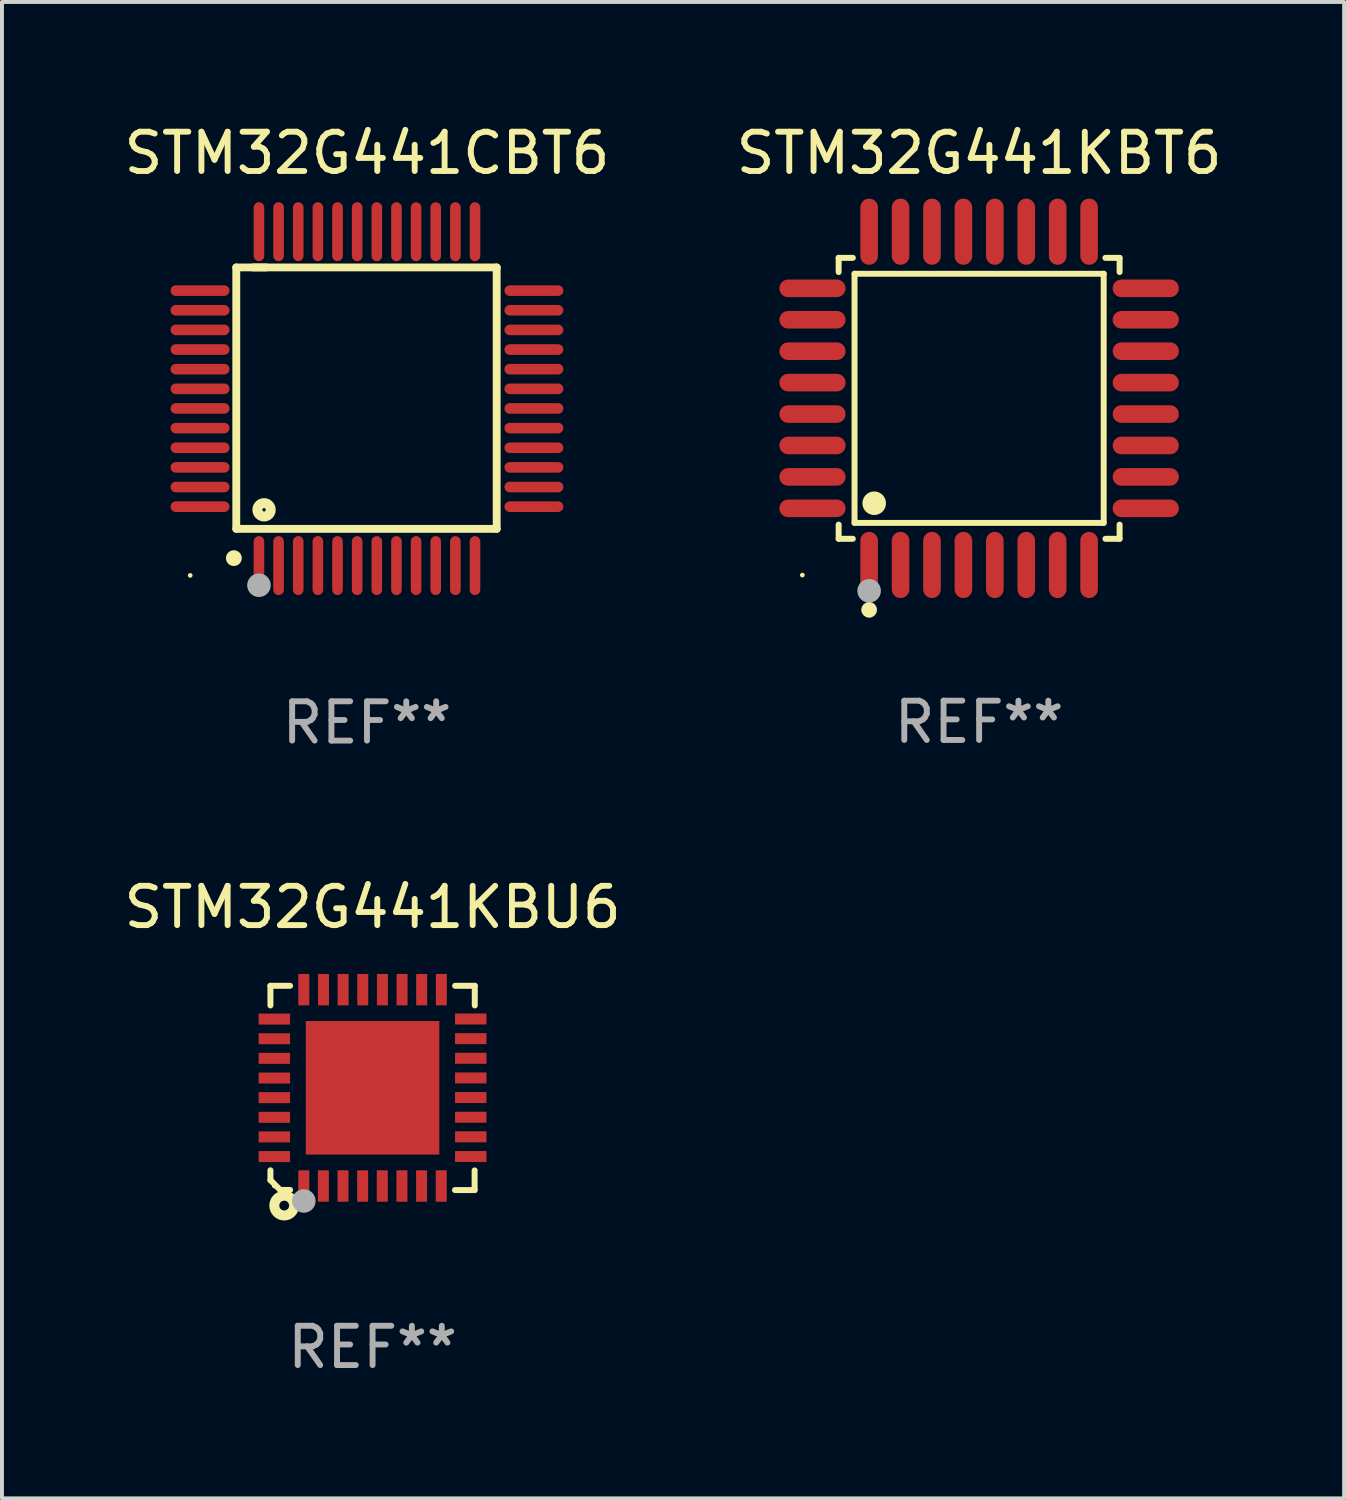
<source format=kicad_pcb>
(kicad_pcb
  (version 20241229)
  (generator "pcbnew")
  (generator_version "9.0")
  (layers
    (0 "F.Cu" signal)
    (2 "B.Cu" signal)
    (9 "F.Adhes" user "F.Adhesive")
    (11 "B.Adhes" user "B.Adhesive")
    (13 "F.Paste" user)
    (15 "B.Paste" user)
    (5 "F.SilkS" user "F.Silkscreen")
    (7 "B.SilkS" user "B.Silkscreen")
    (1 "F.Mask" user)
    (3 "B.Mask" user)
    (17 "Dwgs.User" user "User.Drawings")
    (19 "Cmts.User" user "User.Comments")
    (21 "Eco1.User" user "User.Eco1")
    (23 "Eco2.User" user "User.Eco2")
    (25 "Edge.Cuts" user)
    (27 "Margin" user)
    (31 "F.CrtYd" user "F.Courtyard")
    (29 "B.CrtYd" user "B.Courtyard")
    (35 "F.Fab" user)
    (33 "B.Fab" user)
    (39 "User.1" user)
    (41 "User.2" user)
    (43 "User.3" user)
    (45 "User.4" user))
  (footprint "STM32G441KBT6"
    (layer "F.Cu")
    (at 21.875 7.09)
    (property "Reference" "STM32G441KBT6" (at 0 -6.242 0) (layer "F.SilkS") (effects (font (size 1 1) (thickness 0.15))))
    (attr through_hole)
    (fp_line (start -3.576 -3.576) (end -3.215 -3.576) (stroke (width 0.152) (type solid)) (layer "F.SilkS"))
    (fp_line (start -3.576 -3.215) (end -3.576 -3.576) (stroke (width 0.152) (type solid)) (layer "F.SilkS"))
    (fp_line (start -3.576 3.215) (end -3.576 3.576) (stroke (width 0.152) (type solid)) (layer "F.SilkS"))
    (fp_line (start -3.576 3.576) (end -3.215 3.576) (stroke (width 0.152) (type solid)) (layer "F.SilkS"))
    (fp_line (start -3.171 -3.171) (end 3.171 -3.171) (stroke (width 0.152) (type solid)) (layer "F.SilkS"))
    (fp_line (start -3.171 3.171) (end -3.171 -3.171) (stroke (width 0.152) (type solid)) (layer "F.SilkS"))
    (fp_line (start 3.171 -3.171) (end 3.171 3.171) (stroke (width 0.152) (type solid)) (layer "F.SilkS"))
    (fp_line (start 3.171 3.171) (end -3.171 3.171) (stroke (width 0.152) (type solid)) (layer "F.SilkS"))
    (fp_line (start 3.576 -3.576) (end 3.215 -3.576) (stroke (width 0.152) (type solid)) (layer "F.SilkS"))
    (fp_line (start 3.576 -3.215) (end 3.576 -3.576) (stroke (width 0.152) (type solid)) (layer "F.SilkS"))
    (fp_line (start 3.576 3.215) (end 3.576 3.576) (stroke (width 0.152) (type solid)) (layer "F.SilkS"))
    (fp_line (start 3.576 3.576) (end 3.215 3.576) (stroke (width 0.152) (type solid)) (layer "F.SilkS"))
    (fp_circle (center -4.5 4.5) (end -4.47 4.5) (stroke (width 0.06) (type solid)) (fill no) (layer "F.SilkS"))
    (fp_circle (center -2.8 5.384) (end -2.7 5.384) (stroke (width 0.2) (type solid)) (fill no) (layer "F.SilkS"))
    (fp_circle (center -2.671 2.671) (end -2.521 2.671) (stroke (width 0.3) (type solid)) (fill no) (layer "F.SilkS"))
    (fp_circle (center -2.8 4.9) (end -2.65 4.9) (stroke (width 0.3) (type solid)) (fill no) (layer "F.Fab"))
    (fp_text user "REF**" (at 0 8.242 0) (layer "F.Fab") (effects (font (size 1 1) (thickness 0.15))))
    (pad "1" smd oval (at -2.8 4.242) (size 0.448 1.684) (layers "F.Cu" "F.Mask" "F.Paste"))
    (pad "2" smd oval (at -2 4.242) (size 0.448 1.684) (layers "F.Cu" "F.Mask" "F.Paste"))
    (pad "3" smd oval (at -1.2 4.242) (size 0.448 1.684) (layers "F.Cu" "F.Mask" "F.Paste"))
    (pad "4" smd oval (at -0.4 4.242) (size 0.448 1.684) (layers "F.Cu" "F.Mask" "F.Paste"))
    (pad "5" smd oval (at 0.4 4.242) (size 0.448 1.684) (layers "F.Cu" "F.Mask" "F.Paste"))
    (pad "6" smd oval (at 1.2 4.242) (size 0.448 1.684) (layers "F.Cu" "F.Mask" "F.Paste"))
    (pad "7" smd oval (at 2 4.242) (size 0.448 1.684) (layers "F.Cu" "F.Mask" "F.Paste"))
    (pad "8" smd oval (at 2.8 4.242) (size 0.448 1.684) (layers "F.Cu" "F.Mask" "F.Paste"))
    (pad "9" smd oval (at 4.242 2.8) (size 1.684 0.448) (layers "F.Cu" "F.Mask" "F.Paste"))
    (pad "10" smd oval (at 4.242 2) (size 1.684 0.448) (layers "F.Cu" "F.Mask" "F.Paste"))
    (pad "11" smd oval (at 4.242 1.2) (size 1.684 0.448) (layers "F.Cu" "F.Mask" "F.Paste"))
    (pad "12" smd oval (at 4.242 0.4) (size 1.684 0.448) (layers "F.Cu" "F.Mask" "F.Paste"))
    (pad "13" smd oval (at 4.242 -0.4) (size 1.684 0.448) (layers "F.Cu" "F.Mask" "F.Paste"))
    (pad "14" smd oval (at 4.242 -1.2) (size 1.684 0.448) (layers "F.Cu" "F.Mask" "F.Paste"))
    (pad "15" smd oval (at 4.242 -2) (size 1.684 0.448) (layers "F.Cu" "F.Mask" "F.Paste"))
    (pad "16" smd oval (at 4.242 -2.8) (size 1.684 0.448) (layers "F.Cu" "F.Mask" "F.Paste"))
    (pad "17" smd oval (at 2.8 -4.242) (size 0.448 1.684) (layers "F.Cu" "F.Mask" "F.Paste"))
    (pad "18" smd oval (at 2 -4.242) (size 0.448 1.684) (layers "F.Cu" "F.Mask" "F.Paste"))
    (pad "19" smd oval (at 1.2 -4.242) (size 0.448 1.684) (layers "F.Cu" "F.Mask" "F.Paste"))
    (pad "20" smd oval (at 0.4 -4.242) (size 0.448 1.684) (layers "F.Cu" "F.Mask" "F.Paste"))
    (pad "21" smd oval (at -0.4 -4.242) (size 0.448 1.684) (layers "F.Cu" "F.Mask" "F.Paste"))
    (pad "22" smd oval (at -1.2 -4.242) (size 0.448 1.684) (layers "F.Cu" "F.Mask" "F.Paste"))
    (pad "23" smd oval (at -2 -4.242) (size 0.448 1.684) (layers "F.Cu" "F.Mask" "F.Paste"))
    (pad "24" smd oval (at -2.8 -4.242) (size 0.448 1.684) (layers "F.Cu" "F.Mask" "F.Paste"))
    (pad "25" smd oval (at -4.242 -2.8) (size 1.684 0.448) (layers "F.Cu" "F.Mask" "F.Paste"))
    (pad "26" smd oval (at -4.242 -2) (size 1.684 0.448) (layers "F.Cu" "F.Mask" "F.Paste"))
    (pad "27" smd oval (at -4.242 -1.2) (size 1.684 0.448) (layers "F.Cu" "F.Mask" "F.Paste"))
    (pad "28" smd oval (at -4.242 -0.4) (size 1.684 0.448) (layers "F.Cu" "F.Mask" "F.Paste"))
    (pad "29" smd oval (at -4.242 0.4) (size 1.684 0.448) (layers "F.Cu" "F.Mask" "F.Paste"))
    (pad "30" smd oval (at -4.242 1.2) (size 1.684 0.448) (layers "F.Cu" "F.Mask" "F.Paste"))
    (pad "31" smd oval (at -4.242 2) (size 1.684 0.448) (layers "F.Cu" "F.Mask" "F.Paste"))
    (pad "32" smd oval (at -4.242 2.8) (size 1.684 0.448) (layers "F.Cu" "F.Mask" "F.Paste")))
  (footprint "STM32G441CBT6"
    (layer "F.Cu")
    (at 6.292 7.098)
    (property "Reference" "STM32G441CBT6" (at 0 -6.25 0) (layer "F.SilkS") (effects (font (size 1 1) (thickness 0.15))))
    (attr through_hole)
    (fp_line (start -3.327 -3.34) (end -2.565 -3.34) (stroke (width 0.2) (type solid)) (layer "F.SilkS"))
    (fp_line (start -3.327 3.315) (end -3.327 -3.34) (stroke (width 0.2) (type solid)) (layer "F.SilkS"))
    (fp_line (start -2.896 -3.34) (end 3.302 -3.34) (stroke (width 0.2) (type solid)) (layer "F.SilkS"))
    (fp_line (start 3.302 -3.34) (end 3.302 3.315) (stroke (width 0.2) (type solid)) (layer "F.SilkS"))
    (fp_line (start 3.302 3.315) (end -3.327 3.315) (stroke (width 0.2) (type solid)) (layer "F.SilkS"))
    (fp_arc (start -3.389992 4.059995) (mid -3.388722 4.059991) (end -3.387452 4.059995) (stroke (width 0.4) (type solid)) (layer "F.SilkS"))
    (fp_circle (center -4.5 4.5) (end -4.47 4.5) (stroke (width 0.06) (type solid)) (fill no) (layer "F.SilkS"))
    (fp_circle (center -2.62 2.83) (end -2.45 2.83) (stroke (width 0.254) (type solid)) (fill no) (layer "F.SilkS"))
    (fp_circle (center -2.75 4.75) (end -2.6 4.75) (stroke (width 0.3) (type solid)) (fill no) (layer "F.Fab"))
    (fp_text user "REF**" (at 0 8.25 0) (layer "F.Fab") (effects (font (size 1 1) (thickness 0.15))))
    (pad "1" smd oval (at -2.75 4.25) (size 0.27 1.5) (layers "F.Cu" "F.Mask" "F.Paste"))
    (pad "2" smd oval (at -2.25 4.25) (size 0.27 1.5) (layers "F.Cu" "F.Mask" "F.Paste"))
    (pad "3" smd oval (at -1.75 4.25) (size 0.27 1.5) (layers "F.Cu" "F.Mask" "F.Paste"))
    (pad "4" smd oval (at -1.25 4.25) (size 0.27 1.5) (layers "F.Cu" "F.Mask" "F.Paste"))
    (pad "5" smd oval (at -0.75 4.25) (size 0.27 1.5) (layers "F.Cu" "F.Mask" "F.Paste"))
    (pad "6" smd oval (at -0.25 4.25) (size 0.27 1.5) (layers "F.Cu" "F.Mask" "F.Paste"))
    (pad "7" smd oval (at 0.25 4.25) (size 0.27 1.5) (layers "F.Cu" "F.Mask" "F.Paste"))
    (pad "8" smd oval (at 0.75 4.25) (size 0.27 1.5) (layers "F.Cu" "F.Mask" "F.Paste"))
    (pad "9" smd oval (at 1.25 4.25) (size 0.27 1.5) (layers "F.Cu" "F.Mask" "F.Paste"))
    (pad "10" smd oval (at 1.75 4.25) (size 0.27 1.5) (layers "F.Cu" "F.Mask" "F.Paste"))
    (pad "11" smd oval (at 2.25 4.25) (size 0.27 1.5) (layers "F.Cu" "F.Mask" "F.Paste"))
    (pad "12" smd oval (at 2.75 4.25) (size 0.27 1.5) (layers "F.Cu" "F.Mask" "F.Paste"))
    (pad "13" smd oval (at 4.25 2.75) (size 1.5 0.27) (layers "F.Cu" "F.Mask" "F.Paste"))
    (pad "14" smd oval (at 4.25 2.25) (size 1.5 0.27) (layers "F.Cu" "F.Mask" "F.Paste"))
    (pad "15" smd oval (at 4.25 1.75) (size 1.5 0.27) (layers "F.Cu" "F.Mask" "F.Paste"))
    (pad "16" smd oval (at 4.25 1.25) (size 1.5 0.27) (layers "F.Cu" "F.Mask" "F.Paste"))
    (pad "17" smd oval (at 4.25 0.75) (size 1.5 0.27) (layers "F.Cu" "F.Mask" "F.Paste"))
    (pad "18" smd oval (at 4.25 0.25) (size 1.5 0.27) (layers "F.Cu" "F.Mask" "F.Paste"))
    (pad "19" smd oval (at 4.25 -0.25) (size 1.5 0.27) (layers "F.Cu" "F.Mask" "F.Paste"))
    (pad "20" smd oval (at 4.25 -0.75) (size 1.5 0.27) (layers "F.Cu" "F.Mask" "F.Paste"))
    (pad "21" smd oval (at 4.25 -1.25) (size 1.5 0.27) (layers "F.Cu" "F.Mask" "F.Paste"))
    (pad "22" smd oval (at 4.25 -1.75) (size 1.5 0.27) (layers "F.Cu" "F.Mask" "F.Paste"))
    (pad "23" smd oval (at 4.25 -2.25) (size 1.5 0.27) (layers "F.Cu" "F.Mask" "F.Paste"))
    (pad "24" smd oval (at 4.25 -2.75) (size 1.5 0.27) (layers "F.Cu" "F.Mask" "F.Paste"))
    (pad "25" smd oval (at 2.75 -4.25) (size 0.27 1.5) (layers "F.Cu" "F.Mask" "F.Paste"))
    (pad "26" smd oval (at 2.25 -4.25) (size 0.27 1.5) (layers "F.Cu" "F.Mask" "F.Paste"))
    (pad "27" smd oval (at 1.75 -4.25) (size 0.27 1.5) (layers "F.Cu" "F.Mask" "F.Paste"))
    (pad "28" smd oval (at 1.25 -4.25) (size 0.27 1.5) (layers "F.Cu" "F.Mask" "F.Paste"))
    (pad "29" smd oval (at 0.75 -4.25) (size 0.27 1.5) (layers "F.Cu" "F.Mask" "F.Paste"))
    (pad "30" smd oval (at 0.25 -4.25) (size 0.27 1.5) (layers "F.Cu" "F.Mask" "F.Paste"))
    (pad "31" smd oval (at -0.25 -4.25) (size 0.27 1.5) (layers "F.Cu" "F.Mask" "F.Paste"))
    (pad "32" smd oval (at -0.75 -4.25) (size 0.27 1.5) (layers "F.Cu" "F.Mask" "F.Paste"))
    (pad "33" smd oval (at -1.25 -4.25) (size 0.27 1.5) (layers "F.Cu" "F.Mask" "F.Paste"))
    (pad "34" smd oval (at -1.75 -4.25) (size 0.27 1.5) (layers "F.Cu" "F.Mask" "F.Paste"))
    (pad "35" smd oval (at -2.25 -4.25) (size 0.27 1.5) (layers "F.Cu" "F.Mask" "F.Paste"))
    (pad "36" smd oval (at -2.75 -4.25) (size 0.27 1.5) (layers "F.Cu" "F.Mask" "F.Paste"))
    (pad "37" smd oval (at -4.25 -2.75) (size 1.5 0.27) (layers "F.Cu" "F.Mask" "F.Paste"))
    (pad "38" smd oval (at -4.25 -2.25) (size 1.5 0.27) (layers "F.Cu" "F.Mask" "F.Paste"))
    (pad "39" smd oval (at -4.25 -1.75) (size 1.5 0.27) (layers "F.Cu" "F.Mask" "F.Paste"))
    (pad "40" smd oval (at -4.25 -1.25) (size 1.5 0.27) (layers "F.Cu" "F.Mask" "F.Paste"))
    (pad "41" smd oval (at -4.25 -0.75) (size 1.5 0.27) (layers "F.Cu" "F.Mask" "F.Paste"))
    (pad "42" smd oval (at -4.25 -0.25) (size 1.5 0.27) (layers "F.Cu" "F.Mask" "F.Paste"))
    (pad "43" smd oval (at -4.25 0.25) (size 1.5 0.27) (layers "F.Cu" "F.Mask" "F.Paste"))
    (pad "44" smd oval (at -4.25 0.75) (size 1.5 0.27) (layers "F.Cu" "F.Mask" "F.Paste"))
    (pad "45" smd oval (at -4.25 1.25) (size 1.5 0.27) (layers "F.Cu" "F.Mask" "F.Paste"))
    (pad "46" smd oval (at -4.25 1.75) (size 1.5 0.27) (layers "F.Cu" "F.Mask" "F.Paste"))
    (pad "47" smd oval (at -4.25 2.25) (size 1.5 0.27) (layers "F.Cu" "F.Mask" "F.Paste"))
    (pad "48" smd oval (at -4.25 2.75) (size 1.5 0.27) (layers "F.Cu" "F.Mask" "F.Paste")))
  (footprint "STM32G441KBU6"
    (layer "F.Cu")
    (at 6.435 24.645)
    (property "Reference" "STM32G441KBU6" (at 0 -4.6 0) (layer "F.SilkS") (effects (font (size 1 1) (thickness 0.15))))
    (attr through_hole)
    (fp_line (start -2.601 2.097) (end -2.601 2.347) (stroke (width 0.152) (type solid)) (layer "F.SilkS"))
    (fp_line (start -2.601 2.347) (end -2.351 2.597) (stroke (width 0.152) (type solid)) (layer "F.SilkS"))
    (fp_line (start -2.601 -2.6) (end -2.601 -2.1) (stroke (width 0.152) (type solid)) (layer "F.SilkS"))
    (fp_line (start -2.601 -2.6) (end -2.101 -2.6) (stroke (width 0.152) (type solid)) (layer "F.SilkS"))
    (fp_line (start -2.351 2.597) (end -2.101 2.597) (stroke (width 0.152) (type solid)) (layer "F.SilkS"))
    (fp_line (start 2.597 2.6) (end 2.097 2.6) (stroke (width 0.152) (type solid)) (layer "F.SilkS"))
    (fp_line (start 2.597 2.6) (end 2.597 2.1) (stroke (width 0.152) (type solid)) (layer "F.SilkS"))
    (fp_line (start 2.601 -2.6) (end 2.101 -2.6) (stroke (width 0.152) (type solid)) (layer "F.SilkS"))
    (fp_line (start 2.601 -2.6) (end 2.601 -2.1) (stroke (width 0.152) (type solid)) (layer "F.SilkS"))
    (fp_circle (center -2.501 2.497) (end -2.471 2.497) (stroke (width 0.06) (type solid)) (fill no) (layer "F.SilkS"))
    (fp_circle (center -2.25 2.995) (end -2.125 2.995) (stroke (width 0.254) (type solid)) (fill no) (layer "F.SilkS"))
    (fp_circle (center -1.751 2.878) (end -1.601 2.878) (stroke (width 0.3) (type solid)) (fill no) (layer "F.Fab"))
    (fp_text user "REF**" (at 0 6.6 0) (layer "F.Fab") (effects (font (size 1 1) (thickness 0.15))))
    (pad "1" smd rect (at -1.751 2.497) (size 0.28 0.8) (layers "F.Cu" "F.Mask" "F.Paste"))
    (pad "2" smd rect (at -1.253 2.497) (size 0.28 0.8) (layers "F.Cu" "F.Mask" "F.Paste"))
    (pad "3" smd rect (at -0.753 2.497) (size 0.28 0.8) (layers "F.Cu" "F.Mask" "F.Paste"))
    (pad "4" smd rect (at -0.253 2.497) (size 0.28 0.8) (layers "F.Cu" "F.Mask" "F.Paste"))
    (pad "5" smd rect (at 0.247 2.497) (size 0.28 0.8) (layers "F.Cu" "F.Mask" "F.Paste"))
    (pad "6" smd rect (at 0.747 2.497) (size 0.28 0.8) (layers "F.Cu" "F.Mask" "F.Paste"))
    (pad "7" smd rect (at 1.247 2.497) (size 0.28 0.8) (layers "F.Cu" "F.Mask" "F.Paste"))
    (pad "8" smd rect (at 1.747 2.497) (size 0.28 0.8) (layers "F.Cu" "F.Mask" "F.Paste"))
    (pad "9" smd rect (at 2.499 1.746) (size 0.8 0.28) (layers "F.Cu" "F.Mask" "F.Paste"))
    (pad "10" smd rect (at 2.499 1.245) (size 0.8 0.28) (layers "F.Cu" "F.Mask" "F.Paste"))
    (pad "11" smd rect (at 2.499 0.746) (size 0.8 0.28) (layers "F.Cu" "F.Mask" "F.Paste"))
    (pad "12" smd rect (at 2.499 0.245) (size 0.8 0.28) (layers "F.Cu" "F.Mask" "F.Paste"))
    (pad "13" smd rect (at 2.499 -0.254) (size 0.8 0.28) (layers "F.Cu" "F.Mask" "F.Paste"))
    (pad "14" smd rect (at 2.499 -0.755) (size 0.8 0.28) (layers "F.Cu" "F.Mask" "F.Paste"))
    (pad "15" smd rect (at 2.499 -1.254) (size 0.8 0.28) (layers "F.Cu" "F.Mask" "F.Paste"))
    (pad "16" smd rect (at 2.499 -1.755) (size 0.8 0.28) (layers "F.Cu" "F.Mask" "F.Paste"))
    (pad "17" smd rect (at 1.75 -2.502) (size 0.28 0.8) (layers "F.Cu" "F.Mask" "F.Paste"))
    (pad "18" smd rect (at 1.25 -2.502) (size 0.28 0.8) (layers "F.Cu" "F.Mask" "F.Paste"))
    (pad "19" smd rect (at 0.75 -2.502) (size 0.28 0.8) (layers "F.Cu" "F.Mask" "F.Paste"))
    (pad "20" smd rect (at 0.25 -2.502) (size 0.28 0.8) (layers "F.Cu" "F.Mask" "F.Paste"))
    (pad "21" smd rect (at -0.25 -2.502) (size 0.28 0.8) (layers "F.Cu" "F.Mask" "F.Paste"))
    (pad "22" smd rect (at -0.75 -2.502) (size 0.28 0.8) (layers "F.Cu" "F.Mask" "F.Paste"))
    (pad "23" smd rect (at -1.25 -2.502) (size 0.28 0.8) (layers "F.Cu" "F.Mask" "F.Paste"))
    (pad "24" smd rect (at -1.75 -2.502) (size 0.28 0.8) (layers "F.Cu" "F.Mask" "F.Paste"))
    (pad "25" smd rect (at -2.501 -1.753) (size 0.8 0.28) (layers "F.Cu" "F.Mask" "F.Paste"))
    (pad "26" smd rect (at -2.501 -1.252) (size 0.8 0.28) (layers "F.Cu" "F.Mask" "F.Paste"))
    (pad "27" smd rect (at -2.501 -0.753) (size 0.8 0.28) (layers "F.Cu" "F.Mask" "F.Paste"))
    (pad "28" smd rect (at -2.501 -0.252) (size 0.8 0.28) (layers "F.Cu" "F.Mask" "F.Paste"))
    (pad "29" smd rect (at -2.501 0.247) (size 0.8 0.28) (layers "F.Cu" "F.Mask" "F.Paste"))
    (pad "30" smd rect (at -2.501 0.748) (size 0.8 0.28) (layers "F.Cu" "F.Mask" "F.Paste"))
    (pad "31" smd rect (at -2.501 1.247) (size 0.8 0.28) (layers "F.Cu" "F.Mask" "F.Paste"))
    (pad "32" smd rect (at -2.501 1.748) (size 0.8 0.28) (layers "F.Cu" "F.Mask" "F.Paste"))
    (pad "33" smd rect (at -0.001 -0.003 180) (size 3.4 3.4) (layers "F.Cu" "F.Mask" "F.Paste")))
  (gr_rect
    (start -3 -3)
    (end 31.167 35.093)
    (stroke (width 0.1) (type default))
    (fill no)
    (layer "Edge.Cuts")))
</source>
